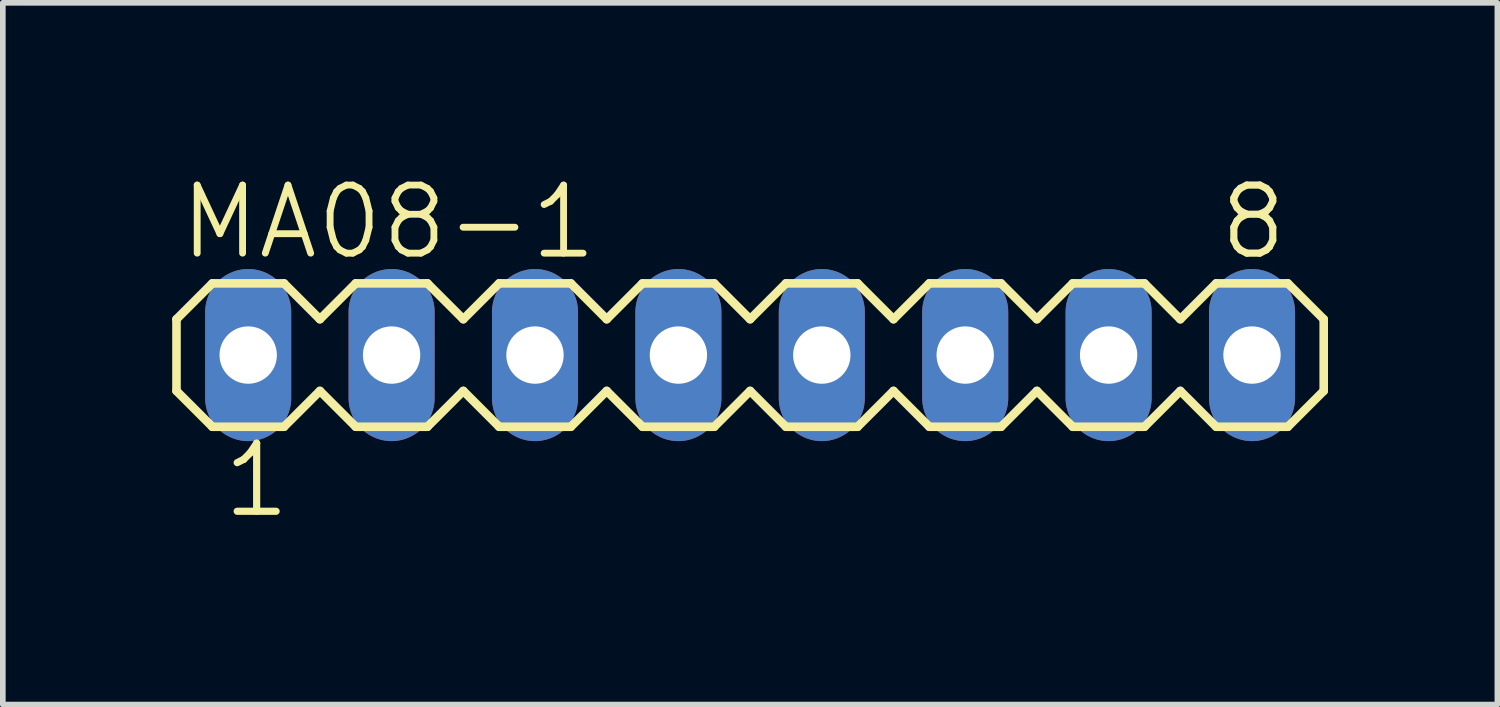
<source format=kicad_pcb>
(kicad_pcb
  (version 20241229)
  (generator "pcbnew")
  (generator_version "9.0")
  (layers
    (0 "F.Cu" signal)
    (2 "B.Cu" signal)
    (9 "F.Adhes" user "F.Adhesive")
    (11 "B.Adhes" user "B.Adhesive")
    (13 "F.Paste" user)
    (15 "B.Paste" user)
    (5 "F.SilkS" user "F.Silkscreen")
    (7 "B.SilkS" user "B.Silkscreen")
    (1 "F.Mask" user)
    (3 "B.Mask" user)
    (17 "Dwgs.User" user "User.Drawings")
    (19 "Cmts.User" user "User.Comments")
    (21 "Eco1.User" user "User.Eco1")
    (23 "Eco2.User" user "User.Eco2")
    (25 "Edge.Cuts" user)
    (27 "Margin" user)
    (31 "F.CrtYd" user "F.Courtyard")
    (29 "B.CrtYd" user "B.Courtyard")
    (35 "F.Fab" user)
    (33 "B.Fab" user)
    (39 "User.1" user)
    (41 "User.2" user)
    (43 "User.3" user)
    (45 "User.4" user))
  (footprint "MA08-1"
    (layer "F.Cu")
    (at 10.236 3.239)
    (property "Reference" "MA08-1" (at -10.16 -1.651 180) (layer "F.SilkS") (effects (font (size 1.206 1.206) (thickness 0.121)) (justify left bottom)))
    (attr through_hole)
    (fp_line (start -10.16 -0.635) (end -10.16 0.635) (stroke (width 0.152) (type solid)) (layer "F.SilkS"))
    (fp_line (start -10.16 0.635) (end -9.525 1.27) (stroke (width 0.152) (type solid)) (layer "F.SilkS"))
    (fp_line (start -9.525 -1.27) (end -10.16 -0.635) (stroke (width 0.152) (type solid)) (layer "F.SilkS"))
    (fp_line (start -9.525 -1.27) (end -8.255 -1.27) (stroke (width 0.152) (type solid)) (layer "F.SilkS"))
    (fp_line (start -8.255 -1.27) (end -7.62 -0.635) (stroke (width 0.152) (type solid)) (layer "F.SilkS"))
    (fp_line (start -8.255 1.27) (end -9.525 1.27) (stroke (width 0.152) (type solid)) (layer "F.SilkS"))
    (fp_line (start -7.62 -0.635) (end -6.985 -1.27) (stroke (width 0.152) (type solid)) (layer "F.SilkS"))
    (fp_line (start -7.62 0.635) (end -8.255 1.27) (stroke (width 0.152) (type solid)) (layer "F.SilkS"))
    (fp_line (start -6.985 -1.27) (end -5.715 -1.27) (stroke (width 0.152) (type solid)) (layer "F.SilkS"))
    (fp_line (start -6.985 1.27) (end -7.62 0.635) (stroke (width 0.152) (type solid)) (layer "F.SilkS"))
    (fp_line (start -5.715 -1.27) (end -5.08 -0.635) (stroke (width 0.152) (type solid)) (layer "F.SilkS"))
    (fp_line (start -5.715 1.27) (end -6.985 1.27) (stroke (width 0.152) (type solid)) (layer "F.SilkS"))
    (fp_line (start -5.08 -0.635) (end -4.445 -1.27) (stroke (width 0.152) (type solid)) (layer "F.SilkS"))
    (fp_line (start -5.08 0.635) (end -5.715 1.27) (stroke (width 0.152) (type solid)) (layer "F.SilkS"))
    (fp_line (start -4.445 -1.27) (end -3.175 -1.27) (stroke (width 0.152) (type solid)) (layer "F.SilkS"))
    (fp_line (start -4.445 1.27) (end -5.08 0.635) (stroke (width 0.152) (type solid)) (layer "F.SilkS"))
    (fp_line (start -3.175 -1.27) (end -2.54 -0.635) (stroke (width 0.152) (type solid)) (layer "F.SilkS"))
    (fp_line (start -3.175 1.27) (end -4.445 1.27) (stroke (width 0.152) (type solid)) (layer "F.SilkS"))
    (fp_line (start -2.54 0.635) (end -3.175 1.27) (stroke (width 0.152) (type solid)) (layer "F.SilkS"))
    (fp_line (start -2.54 0.635) (end -1.905 1.27) (stroke (width 0.152) (type solid)) (layer "F.SilkS"))
    (fp_line (start -1.905 -1.27) (end -2.54 -0.635) (stroke (width 0.152) (type solid)) (layer "F.SilkS"))
    (fp_line (start -1.905 -1.27) (end -0.635 -1.27) (stroke (width 0.152) (type solid)) (layer "F.SilkS"))
    (fp_line (start -0.635 -1.27) (end 0 -0.635) (stroke (width 0.152) (type solid)) (layer "F.SilkS"))
    (fp_line (start -0.635 1.27) (end -1.905 1.27) (stroke (width 0.152) (type solid)) (layer "F.SilkS"))
    (fp_line (start 0 0.635) (end -0.635 1.27) (stroke (width 0.152) (type solid)) (layer "F.SilkS"))
    (fp_line (start 0 0.635) (end 0.635 1.27) (stroke (width 0.152) (type solid)) (layer "F.SilkS"))
    (fp_line (start 0.635 -1.27) (end 0 -0.635) (stroke (width 0.152) (type solid)) (layer "F.SilkS"))
    (fp_line (start 0.635 -1.27) (end 1.905 -1.27) (stroke (width 0.152) (type solid)) (layer "F.SilkS"))
    (fp_line (start 1.905 -1.27) (end 2.54 -0.635) (stroke (width 0.152) (type solid)) (layer "F.SilkS"))
    (fp_line (start 1.905 1.27) (end 0.635 1.27) (stroke (width 0.152) (type solid)) (layer "F.SilkS"))
    (fp_line (start 2.54 -0.635) (end 3.175 -1.27) (stroke (width 0.152) (type solid)) (layer "F.SilkS"))
    (fp_line (start 2.54 0.635) (end 1.905 1.27) (stroke (width 0.152) (type solid)) (layer "F.SilkS"))
    (fp_line (start 3.175 -1.27) (end 4.445 -1.27) (stroke (width 0.152) (type solid)) (layer "F.SilkS"))
    (fp_line (start 3.175 1.27) (end 2.54 0.635) (stroke (width 0.152) (type solid)) (layer "F.SilkS"))
    (fp_line (start 4.445 -1.27) (end 5.08 -0.635) (stroke (width 0.152) (type solid)) (layer "F.SilkS"))
    (fp_line (start 4.445 1.27) (end 3.175 1.27) (stroke (width 0.152) (type solid)) (layer "F.SilkS"))
    (fp_line (start 5.08 -0.635) (end 5.715 -1.27) (stroke (width 0.152) (type solid)) (layer "F.SilkS"))
    (fp_line (start 5.08 0.635) (end 4.445 1.27) (stroke (width 0.152) (type solid)) (layer "F.SilkS"))
    (fp_line (start 5.715 -1.27) (end 6.985 -1.27) (stroke (width 0.152) (type solid)) (layer "F.SilkS"))
    (fp_line (start 5.715 1.27) (end 5.08 0.635) (stroke (width 0.152) (type solid)) (layer "F.SilkS"))
    (fp_line (start 6.985 -1.27) (end 7.62 -0.635) (stroke (width 0.152) (type solid)) (layer "F.SilkS"))
    (fp_line (start 6.985 1.27) (end 5.715 1.27) (stroke (width 0.152) (type solid)) (layer "F.SilkS"))
    (fp_line (start 7.62 0.635) (end 6.985 1.27) (stroke (width 0.152) (type solid)) (layer "F.SilkS"))
    (fp_line (start 7.62 0.635) (end 8.255 1.27) (stroke (width 0.152) (type solid)) (layer "F.SilkS"))
    (fp_line (start 8.255 -1.27) (end 7.62 -0.635) (stroke (width 0.152) (type solid)) (layer "F.SilkS"))
    (fp_line (start 8.255 -1.27) (end 9.525 -1.27) (stroke (width 0.152) (type solid)) (layer "F.SilkS"))
    (fp_line (start 9.525 -1.27) (end 10.16 -0.635) (stroke (width 0.152) (type solid)) (layer "F.SilkS"))
    (fp_line (start 9.525 1.27) (end 8.255 1.27) (stroke (width 0.152) (type solid)) (layer "F.SilkS"))
    (fp_line (start 10.16 -0.635) (end 10.16 0.635) (stroke (width 0.152) (type solid)) (layer "F.SilkS"))
    (fp_line (start 10.16 0.635) (end 9.525 1.27) (stroke (width 0.152) (type solid)) (layer "F.SilkS"))
    (fp_poly (pts (xy -9.144 0.254) (xy -8.636 0.254) (xy -8.636 -0.254) (xy -9.144 -0.254)) (stroke (width 0.1) (type solid)) (fill no) (layer "F.Fab"))
    (fp_poly (pts (xy -6.604 0.254) (xy -6.096 0.254) (xy -6.096 -0.254) (xy -6.604 -0.254)) (stroke (width 0.1) (type solid)) (fill no) (layer "F.Fab"))
    (fp_poly (pts (xy -4.064 0.254) (xy -3.556 0.254) (xy -3.556 -0.254) (xy -4.064 -0.254)) (stroke (width 0.1) (type solid)) (fill no) (layer "F.Fab"))
    (fp_poly (pts (xy -1.524 0.254) (xy -1.016 0.254) (xy -1.016 -0.254) (xy -1.524 -0.254)) (stroke (width 0.1) (type solid)) (fill no) (layer "F.Fab"))
    (fp_poly (pts (xy 1.016 0.254) (xy 1.524 0.254) (xy 1.524 -0.254) (xy 1.016 -0.254)) (stroke (width 0.1) (type solid)) (fill no) (layer "F.Fab"))
    (fp_poly (pts (xy 3.556 0.254) (xy 4.064 0.254) (xy 4.064 -0.254) (xy 3.556 -0.254)) (stroke (width 0.1) (type solid)) (fill no) (layer "F.Fab"))
    (fp_poly (pts (xy 6.096 0.254) (xy 6.604 0.254) (xy 6.604 -0.254) (xy 6.096 -0.254)) (stroke (width 0.1) (type solid)) (fill no) (layer "F.Fab"))
    (fp_poly (pts (xy 8.636 0.254) (xy 9.144 0.254) (xy 9.144 -0.254) (xy 8.636 -0.254)) (stroke (width 0.1) (type solid)) (fill no) (layer "F.Fab"))
    (fp_text user "8" (at 8.255 -1.651 0) (layer "F.SilkS") (effects (font (size 1.206 1.206) (thickness 0.127)) (justify left bottom)))
    (fp_text user "1" (at -9.398 2.921 0) (layer "F.SilkS") (effects (font (size 1.206 1.206) (thickness 0.127)) (justify left bottom)))
    (pad "1" thru_hole oval (at -8.89 0 90) (size 3.048 1.524) (drill 1.016) (layers "*.Cu" "*.Mask"))
    (pad "2" thru_hole oval (at -6.35 0 90) (size 3.048 1.524) (drill 1.016) (layers "*.Cu" "*.Mask"))
    (pad "3" thru_hole oval (at -3.81 0 90) (size 3.048 1.524) (drill 1.016) (layers "*.Cu" "*.Mask"))
    (pad "4" thru_hole oval (at -1.27 0 90) (size 3.048 1.524) (drill 1.016) (layers "*.Cu" "*.Mask"))
    (pad "5" thru_hole oval (at 1.27 0 90) (size 3.048 1.524) (drill 1.016) (layers "*.Cu" "*.Mask"))
    (pad "6" thru_hole oval (at 3.81 0 90) (size 3.048 1.524) (drill 1.016) (layers "*.Cu" "*.Mask"))
    (pad "7" thru_hole oval (at 6.35 0 90) (size 3.048 1.524) (drill 1.016) (layers "*.Cu" "*.Mask"))
    (pad "8" thru_hole oval (at 8.89 0 90) (size 3.048 1.524) (drill 1.016) (layers "*.Cu" "*.Mask")))
  (gr_rect
    (start -3 -3)
    (end 23.472 9.429)
    (stroke (width 0.1) (type default))
    (fill no)
    (layer "Edge.Cuts")))
</source>
